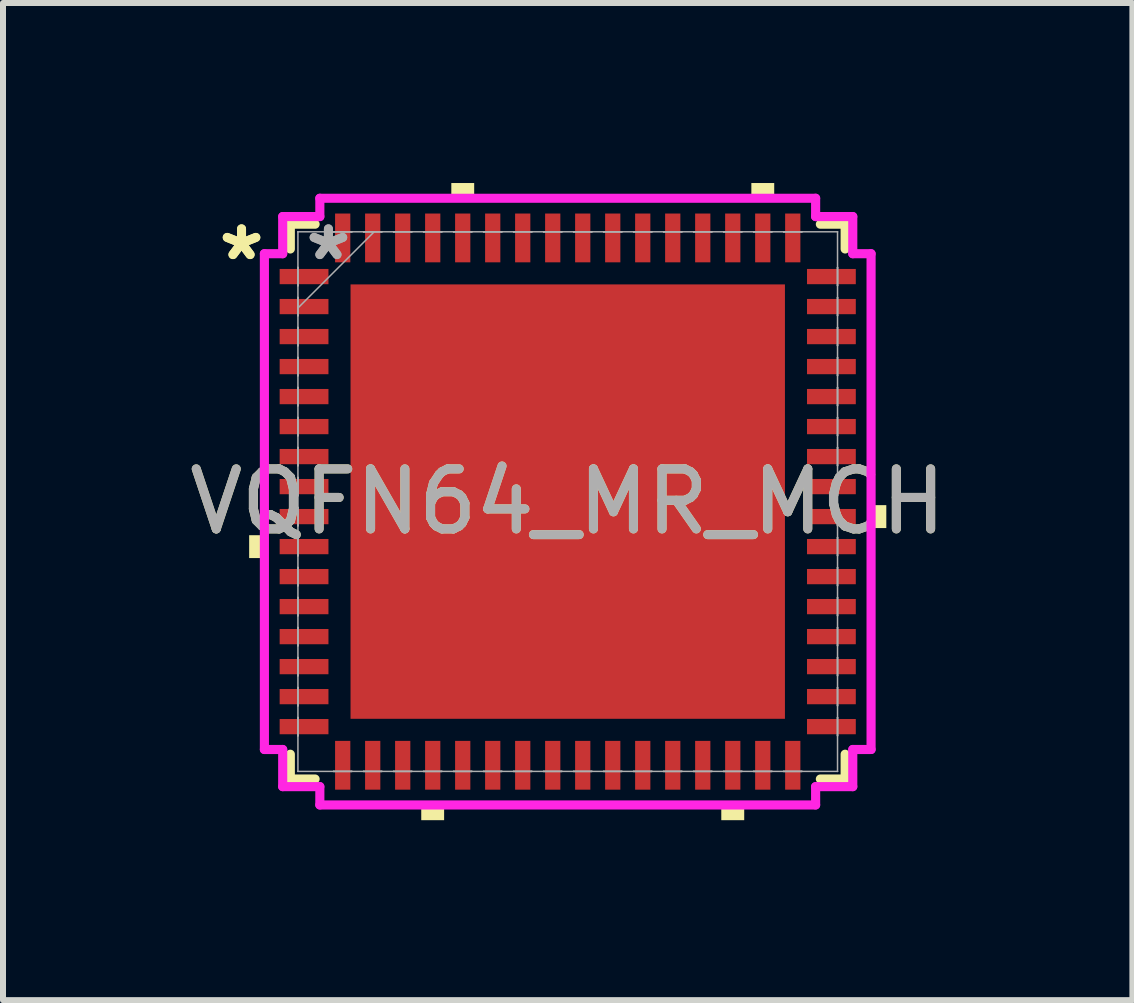
<source format=kicad_pcb>
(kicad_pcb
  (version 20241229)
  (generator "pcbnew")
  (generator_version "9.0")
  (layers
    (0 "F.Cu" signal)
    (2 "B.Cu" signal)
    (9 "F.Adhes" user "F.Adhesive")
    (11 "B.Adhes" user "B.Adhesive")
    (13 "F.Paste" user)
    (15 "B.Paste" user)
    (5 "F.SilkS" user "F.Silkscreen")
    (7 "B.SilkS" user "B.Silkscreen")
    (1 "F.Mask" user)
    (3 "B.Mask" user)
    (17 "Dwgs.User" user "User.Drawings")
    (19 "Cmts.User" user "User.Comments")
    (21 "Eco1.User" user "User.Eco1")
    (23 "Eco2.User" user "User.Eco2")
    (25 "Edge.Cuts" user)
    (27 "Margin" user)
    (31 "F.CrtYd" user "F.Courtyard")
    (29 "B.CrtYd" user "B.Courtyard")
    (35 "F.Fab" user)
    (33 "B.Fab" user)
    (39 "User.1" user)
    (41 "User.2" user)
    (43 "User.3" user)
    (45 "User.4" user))
  (footprint "VQFN64_MR_MCH"
    (layer "F.Cu")
    (at 6.411 5.309)
    (property "Reference" "VQFN64_MR_MCH" (at 0 0 0) (unlocked yes) (layer "F.SilkS") (effects (font (size 1 1) (thickness 0.15))))
    (attr smd)
    (fp_line (start -4.623 -4.623) (end -4.623 -4.21) (stroke (width 0.152) (type solid)) (layer "F.SilkS"))
    (fp_line (start -4.623 4.21) (end -4.623 4.623) (stroke (width 0.152) (type solid)) (layer "F.SilkS"))
    (fp_line (start -4.623 4.623) (end -4.21 4.623) (stroke (width 0.152) (type solid)) (layer "F.SilkS"))
    (fp_line (start -4.21 -4.623) (end -4.623 -4.623) (stroke (width 0.152) (type solid)) (layer "F.SilkS"))
    (fp_line (start 4.21 4.623) (end 4.623 4.623) (stroke (width 0.152) (type solid)) (layer "F.SilkS"))
    (fp_line (start 4.623 -4.623) (end 4.21 -4.623) (stroke (width 0.152) (type solid)) (layer "F.SilkS"))
    (fp_line (start 4.623 -4.21) (end 4.623 -4.623) (stroke (width 0.152) (type solid)) (layer "F.SilkS"))
    (fp_line (start 4.623 4.623) (end 4.623 4.21) (stroke (width 0.152) (type solid)) (layer "F.SilkS"))
    (fp_poly (pts (xy -5.309 0.56) (xy -5.309 0.941) (xy -5.055 0.941) (xy -5.055 0.56)) (stroke (width 0) (type solid)) (fill yes) (layer "F.SilkS"))
    (fp_poly (pts (xy -2.441 5.055) (xy -2.441 5.309) (xy -2.06 5.309) (xy -2.06 5.055)) (stroke (width 0) (type solid)) (fill yes) (layer "F.SilkS"))
    (fp_poly (pts (xy -1.94 -5.055) (xy -1.94 -5.309) (xy -1.559 -5.309) (xy -1.559 -5.055)) (stroke (width 0) (type solid)) (fill yes) (layer "F.SilkS"))
    (fp_poly (pts (xy 2.559 5.055) (xy 2.559 5.309) (xy 2.941 5.309) (xy 2.941 5.055)) (stroke (width 0) (type solid)) (fill yes) (layer "F.SilkS"))
    (fp_poly (pts (xy 3.06 -5.055) (xy 3.06 -5.309) (xy 3.441 -5.309) (xy 3.441 -5.055)) (stroke (width 0) (type solid)) (fill yes) (layer "F.SilkS"))
    (fp_poly (pts (xy 5.309 0.059) (xy 5.309 0.441) (xy 5.055 0.441) (xy 5.055 0.059)) (stroke (width 0) (type solid)) (fill yes) (layer "F.SilkS"))
    (fp_poly (pts (xy -3.519 -3.519) (xy -3.519 -2.272) (xy -2.272 -2.272) (xy -2.272 -3.519)) (stroke (width 0) (type solid)) (fill yes) (layer "F.Paste"))
    (fp_poly (pts (xy -3.519 -2.072) (xy -3.519 -0.824) (xy -2.272 -0.824) (xy -2.272 -2.072)) (stroke (width 0) (type solid)) (fill yes) (layer "F.Paste"))
    (fp_poly (pts (xy -3.519 -0.624) (xy -3.519 0.624) (xy -2.272 0.624) (xy -2.272 -0.624)) (stroke (width 0) (type solid)) (fill yes) (layer "F.Paste"))
    (fp_poly (pts (xy -3.519 0.824) (xy -3.519 2.072) (xy -2.272 2.072) (xy -2.272 0.824)) (stroke (width 0) (type solid)) (fill yes) (layer "F.Paste"))
    (fp_poly (pts (xy -3.519 2.272) (xy -3.519 3.519) (xy -2.272 3.519) (xy -2.272 2.272)) (stroke (width 0) (type solid)) (fill yes) (layer "F.Paste"))
    (fp_poly (pts (xy -2.072 -3.519) (xy -2.072 -2.272) (xy -0.824 -2.272) (xy -0.824 -3.519)) (stroke (width 0) (type solid)) (fill yes) (layer "F.Paste"))
    (fp_poly (pts (xy -2.072 -2.072) (xy -2.072 -0.824) (xy -0.824 -0.824) (xy -0.824 -2.072)) (stroke (width 0) (type solid)) (fill yes) (layer "F.Paste"))
    (fp_poly (pts (xy -2.072 -0.624) (xy -2.072 0.624) (xy -0.824 0.624) (xy -0.824 -0.624)) (stroke (width 0) (type solid)) (fill yes) (layer "F.Paste"))
    (fp_poly (pts (xy -2.072 0.824) (xy -2.072 2.072) (xy -0.824 2.072) (xy -0.824 0.824)) (stroke (width 0) (type solid)) (fill yes) (layer "F.Paste"))
    (fp_poly (pts (xy -2.072 2.272) (xy -2.072 3.519) (xy -0.824 3.519) (xy -0.824 2.272)) (stroke (width 0) (type solid)) (fill yes) (layer "F.Paste"))
    (fp_poly (pts (xy -0.624 -3.519) (xy -0.624 -2.272) (xy 0.624 -2.272) (xy 0.624 -3.519)) (stroke (width 0) (type solid)) (fill yes) (layer "F.Paste"))
    (fp_poly (pts (xy -0.624 -2.072) (xy -0.624 -0.824) (xy 0.624 -0.824) (xy 0.624 -2.072)) (stroke (width 0) (type solid)) (fill yes) (layer "F.Paste"))
    (fp_poly (pts (xy -0.624 -0.624) (xy -0.624 0.624) (xy 0.624 0.624) (xy 0.624 -0.624)) (stroke (width 0) (type solid)) (fill yes) (layer "F.Paste"))
    (fp_poly (pts (xy -0.624 0.824) (xy -0.624 2.072) (xy 0.624 2.072) (xy 0.624 0.824)) (stroke (width 0) (type solid)) (fill yes) (layer "F.Paste"))
    (fp_poly (pts (xy -0.624 2.272) (xy -0.624 3.519) (xy 0.624 3.519) (xy 0.624 2.272)) (stroke (width 0) (type solid)) (fill yes) (layer "F.Paste"))
    (fp_poly (pts (xy 0.824 -3.519) (xy 0.824 -2.272) (xy 2.072 -2.272) (xy 2.072 -3.519)) (stroke (width 0) (type solid)) (fill yes) (layer "F.Paste"))
    (fp_poly (pts (xy 0.824 -2.072) (xy 0.824 -0.824) (xy 2.072 -0.824) (xy 2.072 -2.072)) (stroke (width 0) (type solid)) (fill yes) (layer "F.Paste"))
    (fp_poly (pts (xy 0.824 -0.624) (xy 0.824 0.624) (xy 2.072 0.624) (xy 2.072 -0.624)) (stroke (width 0) (type solid)) (fill yes) (layer "F.Paste"))
    (fp_poly (pts (xy 0.824 0.824) (xy 0.824 2.072) (xy 2.072 2.072) (xy 2.072 0.824)) (stroke (width 0) (type solid)) (fill yes) (layer "F.Paste"))
    (fp_poly (pts (xy 0.824 2.272) (xy 0.824 3.519) (xy 2.072 3.519) (xy 2.072 2.272)) (stroke (width 0) (type solid)) (fill yes) (layer "F.Paste"))
    (fp_poly (pts (xy 2.272 -3.519) (xy 2.272 -2.272) (xy 3.519 -2.272) (xy 3.519 -3.519)) (stroke (width 0) (type solid)) (fill yes) (layer "F.Paste"))
    (fp_poly (pts (xy 2.272 -2.072) (xy 2.272 -0.824) (xy 3.519 -0.824) (xy 3.519 -2.072)) (stroke (width 0) (type solid)) (fill yes) (layer "F.Paste"))
    (fp_poly (pts (xy 2.272 -0.624) (xy 2.272 0.624) (xy 3.519 0.624) (xy 3.519 -0.624)) (stroke (width 0) (type solid)) (fill yes) (layer "F.Paste"))
    (fp_poly (pts (xy 2.272 0.824) (xy 2.272 2.072) (xy 3.519 2.072) (xy 3.519 0.824)) (stroke (width 0) (type solid)) (fill yes) (layer "F.Paste"))
    (fp_poly (pts (xy 2.272 2.272) (xy 2.272 3.519) (xy 3.519 3.519) (xy 3.519 2.272)) (stroke (width 0) (type solid)) (fill yes) (layer "F.Paste"))
    (fp_line (start -5.055 -4.131) (end -4.75 -4.131) (stroke (width 0.152) (type solid)) (layer "F.CrtYd"))
    (fp_line (start -5.055 4.131) (end -5.055 -4.131) (stroke (width 0.152) (type solid)) (layer "F.CrtYd"))
    (fp_line (start -4.75 -4.75) (end -4.131 -4.75) (stroke (width 0.152) (type solid)) (layer "F.CrtYd"))
    (fp_line (start -4.75 -4.131) (end -4.75 -4.75) (stroke (width 0.152) (type solid)) (layer "F.CrtYd"))
    (fp_line (start -4.75 4.131) (end -5.055 4.131) (stroke (width 0.152) (type solid)) (layer "F.CrtYd"))
    (fp_line (start -4.75 4.75) (end -4.75 4.131) (stroke (width 0.152) (type solid)) (layer "F.CrtYd"))
    (fp_line (start -4.131 -5.055) (end 4.131 -5.055) (stroke (width 0.152) (type solid)) (layer "F.CrtYd"))
    (fp_line (start -4.131 -4.75) (end -4.131 -5.055) (stroke (width 0.152) (type solid)) (layer "F.CrtYd"))
    (fp_line (start -4.131 4.75) (end -4.75 4.75) (stroke (width 0.152) (type solid)) (layer "F.CrtYd"))
    (fp_line (start -4.131 5.055) (end -4.131 4.75) (stroke (width 0.152) (type solid)) (layer "F.CrtYd"))
    (fp_line (start 4.131 -5.055) (end 4.131 -4.75) (stroke (width 0.152) (type solid)) (layer "F.CrtYd"))
    (fp_line (start 4.131 -4.75) (end 4.75 -4.75) (stroke (width 0.152) (type solid)) (layer "F.CrtYd"))
    (fp_line (start 4.131 4.75) (end 4.131 5.055) (stroke (width 0.152) (type solid)) (layer "F.CrtYd"))
    (fp_line (start 4.131 5.055) (end -4.131 5.055) (stroke (width 0.152) (type solid)) (layer "F.CrtYd"))
    (fp_line (start 4.75 -4.75) (end 4.75 -4.131) (stroke (width 0.152) (type solid)) (layer "F.CrtYd"))
    (fp_line (start 4.75 -4.131) (end 5.055 -4.131) (stroke (width 0.152) (type solid)) (layer "F.CrtYd"))
    (fp_line (start 4.75 4.131) (end 4.75 4.75) (stroke (width 0.152) (type solid)) (layer "F.CrtYd"))
    (fp_line (start 4.75 4.75) (end 4.131 4.75) (stroke (width 0.152) (type solid)) (layer "F.CrtYd"))
    (fp_line (start 5.055 -4.131) (end 5.055 4.131) (stroke (width 0.152) (type solid)) (layer "F.CrtYd"))
    (fp_line (start 5.055 4.131) (end 4.75 4.131) (stroke (width 0.152) (type solid)) (layer "F.CrtYd"))
    (fp_line (start -4.496 -4.496) (end -4.496 -4.496) (stroke (width 0.025) (type solid)) (layer "F.Fab"))
    (fp_line (start -4.496 -4.496) (end -4.496 4.496) (stroke (width 0.025) (type solid)) (layer "F.Fab"))
    (fp_line (start -4.496 -3.902) (end -4.496 -3.902) (stroke (width 0.025) (type solid)) (layer "F.Fab"))
    (fp_line (start -4.496 -3.902) (end -4.496 -3.598) (stroke (width 0.025) (type solid)) (layer "F.Fab"))
    (fp_line (start -4.496 -3.598) (end -4.496 -3.902) (stroke (width 0.025) (type solid)) (layer "F.Fab"))
    (fp_line (start -4.496 -3.598) (end -4.496 -3.598) (stroke (width 0.025) (type solid)) (layer "F.Fab"))
    (fp_line (start -4.496 -3.402) (end -4.496 -3.402) (stroke (width 0.025) (type solid)) (layer "F.Fab"))
    (fp_line (start -4.496 -3.402) (end -4.496 -3.098) (stroke (width 0.025) (type solid)) (layer "F.Fab"))
    (fp_line (start -4.496 -3.226) (end -3.226 -4.496) (stroke (width 0.025) (type solid)) (layer "F.Fab"))
    (fp_line (start -4.496 -3.098) (end -4.496 -3.402) (stroke (width 0.025) (type solid)) (layer "F.Fab"))
    (fp_line (start -4.496 -3.098) (end -4.496 -3.098) (stroke (width 0.025) (type solid)) (layer "F.Fab"))
    (fp_line (start -4.496 -2.902) (end -4.496 -2.902) (stroke (width 0.025) (type solid)) (layer "F.Fab"))
    (fp_line (start -4.496 -2.902) (end -4.496 -2.598) (stroke (width 0.025) (type solid)) (layer "F.Fab"))
    (fp_line (start -4.496 -2.598) (end -4.496 -2.902) (stroke (width 0.025) (type solid)) (layer "F.Fab"))
    (fp_line (start -4.496 -2.598) (end -4.496 -2.598) (stroke (width 0.025) (type solid)) (layer "F.Fab"))
    (fp_line (start -4.496 -2.402) (end -4.496 -2.402) (stroke (width 0.025) (type solid)) (layer "F.Fab"))
    (fp_line (start -4.496 -2.402) (end -4.496 -2.098) (stroke (width 0.025) (type solid)) (layer "F.Fab"))
    (fp_line (start -4.496 -2.098) (end -4.496 -2.402) (stroke (width 0.025) (type solid)) (layer "F.Fab"))
    (fp_line (start -4.496 -2.098) (end -4.496 -2.098) (stroke (width 0.025) (type solid)) (layer "F.Fab"))
    (fp_line (start -4.496 -1.902) (end -4.496 -1.902) (stroke (width 0.025) (type solid)) (layer "F.Fab"))
    (fp_line (start -4.496 -1.902) (end -4.496 -1.598) (stroke (width 0.025) (type solid)) (layer "F.Fab"))
    (fp_line (start -4.496 -1.598) (end -4.496 -1.902) (stroke (width 0.025) (type solid)) (layer "F.Fab"))
    (fp_line (start -4.496 -1.598) (end -4.496 -1.598) (stroke (width 0.025) (type solid)) (layer "F.Fab"))
    (fp_line (start -4.496 -1.402) (end -4.496 -1.402) (stroke (width 0.025) (type solid)) (layer "F.Fab"))
    (fp_line (start -4.496 -1.402) (end -4.496 -1.098) (stroke (width 0.025) (type solid)) (layer "F.Fab"))
    (fp_line (start -4.496 -1.098) (end -4.496 -1.402) (stroke (width 0.025) (type solid)) (layer "F.Fab"))
    (fp_line (start -4.496 -1.098) (end -4.496 -1.098) (stroke (width 0.025) (type solid)) (layer "F.Fab"))
    (fp_line (start -4.496 -0.902) (end -4.496 -0.902) (stroke (width 0.025) (type solid)) (layer "F.Fab"))
    (fp_line (start -4.496 -0.902) (end -4.496 -0.598) (stroke (width 0.025) (type solid)) (layer "F.Fab"))
    (fp_line (start -4.496 -0.598) (end -4.496 -0.902) (stroke (width 0.025) (type solid)) (layer "F.Fab"))
    (fp_line (start -4.496 -0.598) (end -4.496 -0.598) (stroke (width 0.025) (type solid)) (layer "F.Fab"))
    (fp_line (start -4.496 -0.402) (end -4.496 -0.402) (stroke (width 0.025) (type solid)) (layer "F.Fab"))
    (fp_line (start -4.496 -0.402) (end -4.496 -0.098) (stroke (width 0.025) (type solid)) (layer "F.Fab"))
    (fp_line (start -4.496 -0.098) (end -4.496 -0.402) (stroke (width 0.025) (type solid)) (layer "F.Fab"))
    (fp_line (start -4.496 -0.098) (end -4.496 -0.098) (stroke (width 0.025) (type solid)) (layer "F.Fab"))
    (fp_line (start -4.496 0.098) (end -4.496 0.098) (stroke (width 0.025) (type solid)) (layer "F.Fab"))
    (fp_line (start -4.496 0.098) (end -4.496 0.402) (stroke (width 0.025) (type solid)) (layer "F.Fab"))
    (fp_line (start -4.496 0.402) (end -4.496 0.098) (stroke (width 0.025) (type solid)) (layer "F.Fab"))
    (fp_line (start -4.496 0.402) (end -4.496 0.402) (stroke (width 0.025) (type solid)) (layer "F.Fab"))
    (fp_line (start -4.496 0.598) (end -4.496 0.598) (stroke (width 0.025) (type solid)) (layer "F.Fab"))
    (fp_line (start -4.496 0.598) (end -4.496 0.902) (stroke (width 0.025) (type solid)) (layer "F.Fab"))
    (fp_line (start -4.496 0.902) (end -4.496 0.598) (stroke (width 0.025) (type solid)) (layer "F.Fab"))
    (fp_line (start -4.496 0.902) (end -4.496 0.902) (stroke (width 0.025) (type solid)) (layer "F.Fab"))
    (fp_line (start -4.496 1.098) (end -4.496 1.098) (stroke (width 0.025) (type solid)) (layer "F.Fab"))
    (fp_line (start -4.496 1.098) (end -4.496 1.402) (stroke (width 0.025) (type solid)) (layer "F.Fab"))
    (fp_line (start -4.496 1.402) (end -4.496 1.098) (stroke (width 0.025) (type solid)) (layer "F.Fab"))
    (fp_line (start -4.496 1.402) (end -4.496 1.402) (stroke (width 0.025) (type solid)) (layer "F.Fab"))
    (fp_line (start -4.496 1.598) (end -4.496 1.598) (stroke (width 0.025) (type solid)) (layer "F.Fab"))
    (fp_line (start -4.496 1.598) (end -4.496 1.902) (stroke (width 0.025) (type solid)) (layer "F.Fab"))
    (fp_line (start -4.496 1.902) (end -4.496 1.598) (stroke (width 0.025) (type solid)) (layer "F.Fab"))
    (fp_line (start -4.496 1.902) (end -4.496 1.902) (stroke (width 0.025) (type solid)) (layer "F.Fab"))
    (fp_line (start -4.496 2.098) (end -4.496 2.098) (stroke (width 0.025) (type solid)) (layer "F.Fab"))
    (fp_line (start -4.496 2.098) (end -4.496 2.402) (stroke (width 0.025) (type solid)) (layer "F.Fab"))
    (fp_line (start -4.496 2.402) (end -4.496 2.098) (stroke (width 0.025) (type solid)) (layer "F.Fab"))
    (fp_line (start -4.496 2.402) (end -4.496 2.402) (stroke (width 0.025) (type solid)) (layer "F.Fab"))
    (fp_line (start -4.496 2.598) (end -4.496 2.598) (stroke (width 0.025) (type solid)) (layer "F.Fab"))
    (fp_line (start -4.496 2.598) (end -4.496 2.902) (stroke (width 0.025) (type solid)) (layer "F.Fab"))
    (fp_line (start -4.496 2.902) (end -4.496 2.598) (stroke (width 0.025) (type solid)) (layer "F.Fab"))
    (fp_line (start -4.496 2.902) (end -4.496 2.902) (stroke (width 0.025) (type solid)) (layer "F.Fab"))
    (fp_line (start -4.496 3.098) (end -4.496 3.098) (stroke (width 0.025) (type solid)) (layer "F.Fab"))
    (fp_line (start -4.496 3.098) (end -4.496 3.402) (stroke (width 0.025) (type solid)) (layer "F.Fab"))
    (fp_line (start -4.496 3.402) (end -4.496 3.098) (stroke (width 0.025) (type solid)) (layer "F.Fab"))
    (fp_line (start -4.496 3.402) (end -4.496 3.402) (stroke (width 0.025) (type solid)) (layer "F.Fab"))
    (fp_line (start -4.496 3.598) (end -4.496 3.598) (stroke (width 0.025) (type solid)) (layer "F.Fab"))
    (fp_line (start -4.496 3.598) (end -4.496 3.902) (stroke (width 0.025) (type solid)) (layer "F.Fab"))
    (fp_line (start -4.496 3.902) (end -4.496 3.598) (stroke (width 0.025) (type solid)) (layer "F.Fab"))
    (fp_line (start -4.496 3.902) (end -4.496 3.902) (stroke (width 0.025) (type solid)) (layer "F.Fab"))
    (fp_line (start -4.496 4.496) (end -4.496 4.496) (stroke (width 0.025) (type solid)) (layer "F.Fab"))
    (fp_line (start -4.496 4.496) (end 4.496 4.496) (stroke (width 0.025) (type solid)) (layer "F.Fab"))
    (fp_line (start -3.902 -4.496) (end -3.902 -4.496) (stroke (width 0.025) (type solid)) (layer "F.Fab"))
    (fp_line (start -3.902 -4.496) (end -3.598 -4.496) (stroke (width 0.025) (type solid)) (layer "F.Fab"))
    (fp_line (start -3.902 4.496) (end -3.902 4.496) (stroke (width 0.025) (type solid)) (layer "F.Fab"))
    (fp_line (start -3.902 4.496) (end -3.598 4.496) (stroke (width 0.025) (type solid)) (layer "F.Fab"))
    (fp_line (start -3.598 -4.496) (end -3.902 -4.496) (stroke (width 0.025) (type solid)) (layer "F.Fab"))
    (fp_line (start -3.598 -4.496) (end -3.598 -4.496) (stroke (width 0.025) (type solid)) (layer "F.Fab"))
    (fp_line (start -3.598 4.496) (end -3.902 4.496) (stroke (width 0.025) (type solid)) (layer "F.Fab"))
    (fp_line (start -3.598 4.496) (end -3.598 4.496) (stroke (width 0.025) (type solid)) (layer "F.Fab"))
    (fp_line (start -3.402 -4.496) (end -3.402 -4.496) (stroke (width 0.025) (type solid)) (layer "F.Fab"))
    (fp_line (start -3.402 -4.496) (end -3.098 -4.496) (stroke (width 0.025) (type solid)) (layer "F.Fab"))
    (fp_line (start -3.402 4.496) (end -3.402 4.496) (stroke (width 0.025) (type solid)) (layer "F.Fab"))
    (fp_line (start -3.402 4.496) (end -3.098 4.496) (stroke (width 0.025) (type solid)) (layer "F.Fab"))
    (fp_line (start -3.098 -4.496) (end -3.402 -4.496) (stroke (width 0.025) (type solid)) (layer "F.Fab"))
    (fp_line (start -3.098 -4.496) (end -3.098 -4.496) (stroke (width 0.025) (type solid)) (layer "F.Fab"))
    (fp_line (start -3.098 4.496) (end -3.402 4.496) (stroke (width 0.025) (type solid)) (layer "F.Fab"))
    (fp_line (start -3.098 4.496) (end -3.098 4.496) (stroke (width 0.025) (type solid)) (layer "F.Fab"))
    (fp_line (start -2.902 -4.496) (end -2.902 -4.496) (stroke (width 0.025) (type solid)) (layer "F.Fab"))
    (fp_line (start -2.902 -4.496) (end -2.598 -4.496) (stroke (width 0.025) (type solid)) (layer "F.Fab"))
    (fp_line (start -2.902 4.496) (end -2.902 4.496) (stroke (width 0.025) (type solid)) (layer "F.Fab"))
    (fp_line (start -2.902 4.496) (end -2.598 4.496) (stroke (width 0.025) (type solid)) (layer "F.Fab"))
    (fp_line (start -2.598 -4.496) (end -2.902 -4.496) (stroke (width 0.025) (type solid)) (layer "F.Fab"))
    (fp_line (start -2.598 -4.496) (end -2.598 -4.496) (stroke (width 0.025) (type solid)) (layer "F.Fab"))
    (fp_line (start -2.598 4.496) (end -2.902 4.496) (stroke (width 0.025) (type solid)) (layer "F.Fab"))
    (fp_line (start -2.598 4.496) (end -2.598 4.496) (stroke (width 0.025) (type solid)) (layer "F.Fab"))
    (fp_line (start -2.402 -4.496) (end -2.402 -4.496) (stroke (width 0.025) (type solid)) (layer "F.Fab"))
    (fp_line (start -2.402 -4.496) (end -2.098 -4.496) (stroke (width 0.025) (type solid)) (layer "F.Fab"))
    (fp_line (start -2.402 4.496) (end -2.402 4.496) (stroke (width 0.025) (type solid)) (layer "F.Fab"))
    (fp_line (start -2.402 4.496) (end -2.098 4.496) (stroke (width 0.025) (type solid)) (layer "F.Fab"))
    (fp_line (start -2.098 -4.496) (end -2.402 -4.496) (stroke (width 0.025) (type solid)) (layer "F.Fab"))
    (fp_line (start -2.098 -4.496) (end -2.098 -4.496) (stroke (width 0.025) (type solid)) (layer "F.Fab"))
    (fp_line (start -2.098 4.496) (end -2.402 4.496) (stroke (width 0.025) (type solid)) (layer "F.Fab"))
    (fp_line (start -2.098 4.496) (end -2.098 4.496) (stroke (width 0.025) (type solid)) (layer "F.Fab"))
    (fp_line (start -1.902 -4.496) (end -1.902 -4.496) (stroke (width 0.025) (type solid)) (layer "F.Fab"))
    (fp_line (start -1.902 -4.496) (end -1.598 -4.496) (stroke (width 0.025) (type solid)) (layer "F.Fab"))
    (fp_line (start -1.902 4.496) (end -1.902 4.496) (stroke (width 0.025) (type solid)) (layer "F.Fab"))
    (fp_line (start -1.902 4.496) (end -1.598 4.496) (stroke (width 0.025) (type solid)) (layer "F.Fab"))
    (fp_line (start -1.598 -4.496) (end -1.902 -4.496) (stroke (width 0.025) (type solid)) (layer "F.Fab"))
    (fp_line (start -1.598 -4.496) (end -1.598 -4.496) (stroke (width 0.025) (type solid)) (layer "F.Fab"))
    (fp_line (start -1.598 4.496) (end -1.902 4.496) (stroke (width 0.025) (type solid)) (layer "F.Fab"))
    (fp_line (start -1.598 4.496) (end -1.598 4.496) (stroke (width 0.025) (type solid)) (layer "F.Fab"))
    (fp_line (start -1.402 -4.496) (end -1.402 -4.496) (stroke (width 0.025) (type solid)) (layer "F.Fab"))
    (fp_line (start -1.402 -4.496) (end -1.098 -4.496) (stroke (width 0.025) (type solid)) (layer "F.Fab"))
    (fp_line (start -1.402 4.496) (end -1.402 4.496) (stroke (width 0.025) (type solid)) (layer "F.Fab"))
    (fp_line (start -1.402 4.496) (end -1.098 4.496) (stroke (width 0.025) (type solid)) (layer "F.Fab"))
    (fp_line (start -1.098 -4.496) (end -1.402 -4.496) (stroke (width 0.025) (type solid)) (layer "F.Fab"))
    (fp_line (start -1.098 -4.496) (end -1.098 -4.496) (stroke (width 0.025) (type solid)) (layer "F.Fab"))
    (fp_line (start -1.098 4.496) (end -1.402 4.496) (stroke (width 0.025) (type solid)) (layer "F.Fab"))
    (fp_line (start -1.098 4.496) (end -1.098 4.496) (stroke (width 0.025) (type solid)) (layer "F.Fab"))
    (fp_line (start -0.902 -4.496) (end -0.902 -4.496) (stroke (width 0.025) (type solid)) (layer "F.Fab"))
    (fp_line (start -0.902 -4.496) (end -0.598 -4.496) (stroke (width 0.025) (type solid)) (layer "F.Fab"))
    (fp_line (start -0.902 4.496) (end -0.902 4.496) (stroke (width 0.025) (type solid)) (layer "F.Fab"))
    (fp_line (start -0.902 4.496) (end -0.598 4.496) (stroke (width 0.025) (type solid)) (layer "F.Fab"))
    (fp_line (start -0.598 -4.496) (end -0.902 -4.496) (stroke (width 0.025) (type solid)) (layer "F.Fab"))
    (fp_line (start -0.598 -4.496) (end -0.598 -4.496) (stroke (width 0.025) (type solid)) (layer "F.Fab"))
    (fp_line (start -0.598 4.496) (end -0.902 4.496) (stroke (width 0.025) (type solid)) (layer "F.Fab"))
    (fp_line (start -0.598 4.496) (end -0.598 4.496) (stroke (width 0.025) (type solid)) (layer "F.Fab"))
    (fp_line (start -0.402 -4.496) (end -0.402 -4.496) (stroke (width 0.025) (type solid)) (layer "F.Fab"))
    (fp_line (start -0.402 -4.496) (end -0.098 -4.496) (stroke (width 0.025) (type solid)) (layer "F.Fab"))
    (fp_line (start -0.402 4.496) (end -0.402 4.496) (stroke (width 0.025) (type solid)) (layer "F.Fab"))
    (fp_line (start -0.402 4.496) (end -0.098 4.496) (stroke (width 0.025) (type solid)) (layer "F.Fab"))
    (fp_line (start -0.098 -4.496) (end -0.402 -4.496) (stroke (width 0.025) (type solid)) (layer "F.Fab"))
    (fp_line (start -0.098 -4.496) (end -0.098 -4.496) (stroke (width 0.025) (type solid)) (layer "F.Fab"))
    (fp_line (start -0.098 4.496) (end -0.402 4.496) (stroke (width 0.025) (type solid)) (layer "F.Fab"))
    (fp_line (start -0.098 4.496) (end -0.098 4.496) (stroke (width 0.025) (type solid)) (layer "F.Fab"))
    (fp_line (start 0.098 -4.496) (end 0.098 -4.496) (stroke (width 0.025) (type solid)) (layer "F.Fab"))
    (fp_line (start 0.098 -4.496) (end 0.402 -4.496) (stroke (width 0.025) (type solid)) (layer "F.Fab"))
    (fp_line (start 0.098 4.496) (end 0.098 4.496) (stroke (width 0.025) (type solid)) (layer "F.Fab"))
    (fp_line (start 0.098 4.496) (end 0.402 4.496) (stroke (width 0.025) (type solid)) (layer "F.Fab"))
    (fp_line (start 0.402 -4.496) (end 0.098 -4.496) (stroke (width 0.025) (type solid)) (layer "F.Fab"))
    (fp_line (start 0.402 -4.496) (end 0.402 -4.496) (stroke (width 0.025) (type solid)) (layer "F.Fab"))
    (fp_line (start 0.402 4.496) (end 0.098 4.496) (stroke (width 0.025) (type solid)) (layer "F.Fab"))
    (fp_line (start 0.402 4.496) (end 0.402 4.496) (stroke (width 0.025) (type solid)) (layer "F.Fab"))
    (fp_line (start 0.598 -4.496) (end 0.598 -4.496) (stroke (width 0.025) (type solid)) (layer "F.Fab"))
    (fp_line (start 0.598 -4.496) (end 0.902 -4.496) (stroke (width 0.025) (type solid)) (layer "F.Fab"))
    (fp_line (start 0.598 4.496) (end 0.598 4.496) (stroke (width 0.025) (type solid)) (layer "F.Fab"))
    (fp_line (start 0.598 4.496) (end 0.902 4.496) (stroke (width 0.025) (type solid)) (layer "F.Fab"))
    (fp_line (start 0.902 -4.496) (end 0.598 -4.496) (stroke (width 0.025) (type solid)) (layer "F.Fab"))
    (fp_line (start 0.902 -4.496) (end 0.902 -4.496) (stroke (width 0.025) (type solid)) (layer "F.Fab"))
    (fp_line (start 0.902 4.496) (end 0.598 4.496) (stroke (width 0.025) (type solid)) (layer "F.Fab"))
    (fp_line (start 0.902 4.496) (end 0.902 4.496) (stroke (width 0.025) (type solid)) (layer "F.Fab"))
    (fp_line (start 1.098 -4.496) (end 1.098 -4.496) (stroke (width 0.025) (type solid)) (layer "F.Fab"))
    (fp_line (start 1.098 -4.496) (end 1.402 -4.496) (stroke (width 0.025) (type solid)) (layer "F.Fab"))
    (fp_line (start 1.098 4.496) (end 1.098 4.496) (stroke (width 0.025) (type solid)) (layer "F.Fab"))
    (fp_line (start 1.098 4.496) (end 1.402 4.496) (stroke (width 0.025) (type solid)) (layer "F.Fab"))
    (fp_line (start 1.402 -4.496) (end 1.098 -4.496) (stroke (width 0.025) (type solid)) (layer "F.Fab"))
    (fp_line (start 1.402 -4.496) (end 1.402 -4.496) (stroke (width 0.025) (type solid)) (layer "F.Fab"))
    (fp_line (start 1.402 4.496) (end 1.098 4.496) (stroke (width 0.025) (type solid)) (layer "F.Fab"))
    (fp_line (start 1.402 4.496) (end 1.402 4.496) (stroke (width 0.025) (type solid)) (layer "F.Fab"))
    (fp_line (start 1.598 -4.496) (end 1.598 -4.496) (stroke (width 0.025) (type solid)) (layer "F.Fab"))
    (fp_line (start 1.598 -4.496) (end 1.902 -4.496) (stroke (width 0.025) (type solid)) (layer "F.Fab"))
    (fp_line (start 1.598 4.496) (end 1.598 4.496) (stroke (width 0.025) (type solid)) (layer "F.Fab"))
    (fp_line (start 1.598 4.496) (end 1.902 4.496) (stroke (width 0.025) (type solid)) (layer "F.Fab"))
    (fp_line (start 1.902 -4.496) (end 1.598 -4.496) (stroke (width 0.025) (type solid)) (layer "F.Fab"))
    (fp_line (start 1.902 -4.496) (end 1.902 -4.496) (stroke (width 0.025) (type solid)) (layer "F.Fab"))
    (fp_line (start 1.902 4.496) (end 1.598 4.496) (stroke (width 0.025) (type solid)) (layer "F.Fab"))
    (fp_line (start 1.902 4.496) (end 1.902 4.496) (stroke (width 0.025) (type solid)) (layer "F.Fab"))
    (fp_line (start 2.098 -4.496) (end 2.098 -4.496) (stroke (width 0.025) (type solid)) (layer "F.Fab"))
    (fp_line (start 2.098 -4.496) (end 2.402 -4.496) (stroke (width 0.025) (type solid)) (layer "F.Fab"))
    (fp_line (start 2.098 4.496) (end 2.098 4.496) (stroke (width 0.025) (type solid)) (layer "F.Fab"))
    (fp_line (start 2.098 4.496) (end 2.402 4.496) (stroke (width 0.025) (type solid)) (layer "F.Fab"))
    (fp_line (start 2.402 -4.496) (end 2.098 -4.496) (stroke (width 0.025) (type solid)) (layer "F.Fab"))
    (fp_line (start 2.402 -4.496) (end 2.402 -4.496) (stroke (width 0.025) (type solid)) (layer "F.Fab"))
    (fp_line (start 2.402 4.496) (end 2.098 4.496) (stroke (width 0.025) (type solid)) (layer "F.Fab"))
    (fp_line (start 2.402 4.496) (end 2.402 4.496) (stroke (width 0.025) (type solid)) (layer "F.Fab"))
    (fp_line (start 2.598 -4.496) (end 2.598 -4.496) (stroke (width 0.025) (type solid)) (layer "F.Fab"))
    (fp_line (start 2.598 -4.496) (end 2.902 -4.496) (stroke (width 0.025) (type solid)) (layer "F.Fab"))
    (fp_line (start 2.598 4.496) (end 2.598 4.496) (stroke (width 0.025) (type solid)) (layer "F.Fab"))
    (fp_line (start 2.598 4.496) (end 2.902 4.496) (stroke (width 0.025) (type solid)) (layer "F.Fab"))
    (fp_line (start 2.902 -4.496) (end 2.598 -4.496) (stroke (width 0.025) (type solid)) (layer "F.Fab"))
    (fp_line (start 2.902 -4.496) (end 2.902 -4.496) (stroke (width 0.025) (type solid)) (layer "F.Fab"))
    (fp_line (start 2.902 4.496) (end 2.598 4.496) (stroke (width 0.025) (type solid)) (layer "F.Fab"))
    (fp_line (start 2.902 4.496) (end 2.902 4.496) (stroke (width 0.025) (type solid)) (layer "F.Fab"))
    (fp_line (start 3.098 -4.496) (end 3.098 -4.496) (stroke (width 0.025) (type solid)) (layer "F.Fab"))
    (fp_line (start 3.098 -4.496) (end 3.402 -4.496) (stroke (width 0.025) (type solid)) (layer "F.Fab"))
    (fp_line (start 3.098 4.496) (end 3.098 4.496) (stroke (width 0.025) (type solid)) (layer "F.Fab"))
    (fp_line (start 3.098 4.496) (end 3.402 4.496) (stroke (width 0.025) (type solid)) (layer "F.Fab"))
    (fp_line (start 3.402 -4.496) (end 3.098 -4.496) (stroke (width 0.025) (type solid)) (layer "F.Fab"))
    (fp_line (start 3.402 -4.496) (end 3.402 -4.496) (stroke (width 0.025) (type solid)) (layer "F.Fab"))
    (fp_line (start 3.402 4.496) (end 3.098 4.496) (stroke (width 0.025) (type solid)) (layer "F.Fab"))
    (fp_line (start 3.402 4.496) (end 3.402 4.496) (stroke (width 0.025) (type solid)) (layer "F.Fab"))
    (fp_line (start 3.598 -4.496) (end 3.598 -4.496) (stroke (width 0.025) (type solid)) (layer "F.Fab"))
    (fp_line (start 3.598 -4.496) (end 3.902 -4.496) (stroke (width 0.025) (type solid)) (layer "F.Fab"))
    (fp_line (start 3.598 4.496) (end 3.598 4.496) (stroke (width 0.025) (type solid)) (layer "F.Fab"))
    (fp_line (start 3.598 4.496) (end 3.902 4.496) (stroke (width 0.025) (type solid)) (layer "F.Fab"))
    (fp_line (start 3.902 -4.496) (end 3.598 -4.496) (stroke (width 0.025) (type solid)) (layer "F.Fab"))
    (fp_line (start 3.902 -4.496) (end 3.902 -4.496) (stroke (width 0.025) (type solid)) (layer "F.Fab"))
    (fp_line (start 3.902 4.496) (end 3.598 4.496) (stroke (width 0.025) (type solid)) (layer "F.Fab"))
    (fp_line (start 3.902 4.496) (end 3.902 4.496) (stroke (width 0.025) (type solid)) (layer "F.Fab"))
    (fp_line (start 4.496 -4.496) (end -4.496 -4.496) (stroke (width 0.025) (type solid)) (layer "F.Fab"))
    (fp_line (start 4.496 -4.496) (end 4.496 -4.496) (stroke (width 0.025) (type solid)) (layer "F.Fab"))
    (fp_line (start 4.496 -3.902) (end 4.496 -3.902) (stroke (width 0.025) (type solid)) (layer "F.Fab"))
    (fp_line (start 4.496 -3.902) (end 4.496 -3.598) (stroke (width 0.025) (type solid)) (layer "F.Fab"))
    (fp_line (start 4.496 -3.598) (end 4.496 -3.902) (stroke (width 0.025) (type solid)) (layer "F.Fab"))
    (fp_line (start 4.496 -3.598) (end 4.496 -3.598) (stroke (width 0.025) (type solid)) (layer "F.Fab"))
    (fp_line (start 4.496 -3.402) (end 4.496 -3.402) (stroke (width 0.025) (type solid)) (layer "F.Fab"))
    (fp_line (start 4.496 -3.402) (end 4.496 -3.098) (stroke (width 0.025) (type solid)) (layer "F.Fab"))
    (fp_line (start 4.496 -3.098) (end 4.496 -3.402) (stroke (width 0.025) (type solid)) (layer "F.Fab"))
    (fp_line (start 4.496 -3.098) (end 4.496 -3.098) (stroke (width 0.025) (type solid)) (layer "F.Fab"))
    (fp_line (start 4.496 -2.902) (end 4.496 -2.902) (stroke (width 0.025) (type solid)) (layer "F.Fab"))
    (fp_line (start 4.496 -2.902) (end 4.496 -2.598) (stroke (width 0.025) (type solid)) (layer "F.Fab"))
    (fp_line (start 4.496 -2.598) (end 4.496 -2.902) (stroke (width 0.025) (type solid)) (layer "F.Fab"))
    (fp_line (start 4.496 -2.598) (end 4.496 -2.598) (stroke (width 0.025) (type solid)) (layer "F.Fab"))
    (fp_line (start 4.496 -2.402) (end 4.496 -2.402) (stroke (width 0.025) (type solid)) (layer "F.Fab"))
    (fp_line (start 4.496 -2.402) (end 4.496 -2.098) (stroke (width 0.025) (type solid)) (layer "F.Fab"))
    (fp_line (start 4.496 -2.098) (end 4.496 -2.402) (stroke (width 0.025) (type solid)) (layer "F.Fab"))
    (fp_line (start 4.496 -2.098) (end 4.496 -2.098) (stroke (width 0.025) (type solid)) (layer "F.Fab"))
    (fp_line (start 4.496 -1.902) (end 4.496 -1.902) (stroke (width 0.025) (type solid)) (layer "F.Fab"))
    (fp_line (start 4.496 -1.902) (end 4.496 -1.598) (stroke (width 0.025) (type solid)) (layer "F.Fab"))
    (fp_line (start 4.496 -1.598) (end 4.496 -1.902) (stroke (width 0.025) (type solid)) (layer "F.Fab"))
    (fp_line (start 4.496 -1.598) (end 4.496 -1.598) (stroke (width 0.025) (type solid)) (layer "F.Fab"))
    (fp_line (start 4.496 -1.402) (end 4.496 -1.402) (stroke (width 0.025) (type solid)) (layer "F.Fab"))
    (fp_line (start 4.496 -1.402) (end 4.496 -1.098) (stroke (width 0.025) (type solid)) (layer "F.Fab"))
    (fp_line (start 4.496 -1.098) (end 4.496 -1.402) (stroke (width 0.025) (type solid)) (layer "F.Fab"))
    (fp_line (start 4.496 -1.098) (end 4.496 -1.098) (stroke (width 0.025) (type solid)) (layer "F.Fab"))
    (fp_line (start 4.496 -0.902) (end 4.496 -0.902) (stroke (width 0.025) (type solid)) (layer "F.Fab"))
    (fp_line (start 4.496 -0.902) (end 4.496 -0.598) (stroke (width 0.025) (type solid)) (layer "F.Fab"))
    (fp_line (start 4.496 -0.598) (end 4.496 -0.902) (stroke (width 0.025) (type solid)) (layer "F.Fab"))
    (fp_line (start 4.496 -0.598) (end 4.496 -0.598) (stroke (width 0.025) (type solid)) (layer "F.Fab"))
    (fp_line (start 4.496 -0.402) (end 4.496 -0.402) (stroke (width 0.025) (type solid)) (layer "F.Fab"))
    (fp_line (start 4.496 -0.402) (end 4.496 -0.098) (stroke (width 0.025) (type solid)) (layer "F.Fab"))
    (fp_line (start 4.496 -0.098) (end 4.496 -0.402) (stroke (width 0.025) (type solid)) (layer "F.Fab"))
    (fp_line (start 4.496 -0.098) (end 4.496 -0.098) (stroke (width 0.025) (type solid)) (layer "F.Fab"))
    (fp_line (start 4.496 0.098) (end 4.496 0.098) (stroke (width 0.025) (type solid)) (layer "F.Fab"))
    (fp_line (start 4.496 0.098) (end 4.496 0.402) (stroke (width 0.025) (type solid)) (layer "F.Fab"))
    (fp_line (start 4.496 0.402) (end 4.496 0.098) (stroke (width 0.025) (type solid)) (layer "F.Fab"))
    (fp_line (start 4.496 0.402) (end 4.496 0.402) (stroke (width 0.025) (type solid)) (layer "F.Fab"))
    (fp_line (start 4.496 0.598) (end 4.496 0.598) (stroke (width 0.025) (type solid)) (layer "F.Fab"))
    (fp_line (start 4.496 0.598) (end 4.496 0.902) (stroke (width 0.025) (type solid)) (layer "F.Fab"))
    (fp_line (start 4.496 0.902) (end 4.496 0.598) (stroke (width 0.025) (type solid)) (layer "F.Fab"))
    (fp_line (start 4.496 0.902) (end 4.496 0.902) (stroke (width 0.025) (type solid)) (layer "F.Fab"))
    (fp_line (start 4.496 1.098) (end 4.496 1.098) (stroke (width 0.025) (type solid)) (layer "F.Fab"))
    (fp_line (start 4.496 1.098) (end 4.496 1.402) (stroke (width 0.025) (type solid)) (layer "F.Fab"))
    (fp_line (start 4.496 1.402) (end 4.496 1.098) (stroke (width 0.025) (type solid)) (layer "F.Fab"))
    (fp_line (start 4.496 1.402) (end 4.496 1.402) (stroke (width 0.025) (type solid)) (layer "F.Fab"))
    (fp_line (start 4.496 1.598) (end 4.496 1.598) (stroke (width 0.025) (type solid)) (layer "F.Fab"))
    (fp_line (start 4.496 1.598) (end 4.496 1.902) (stroke (width 0.025) (type solid)) (layer "F.Fab"))
    (fp_line (start 4.496 1.902) (end 4.496 1.598) (stroke (width 0.025) (type solid)) (layer "F.Fab"))
    (fp_line (start 4.496 1.902) (end 4.496 1.902) (stroke (width 0.025) (type solid)) (layer "F.Fab"))
    (fp_line (start 4.496 2.098) (end 4.496 2.098) (stroke (width 0.025) (type solid)) (layer "F.Fab"))
    (fp_line (start 4.496 2.098) (end 4.496 2.402) (stroke (width 0.025) (type solid)) (layer "F.Fab"))
    (fp_line (start 4.496 2.402) (end 4.496 2.098) (stroke (width 0.025) (type solid)) (layer "F.Fab"))
    (fp_line (start 4.496 2.402) (end 4.496 2.402) (stroke (width 0.025) (type solid)) (layer "F.Fab"))
    (fp_line (start 4.496 2.598) (end 4.496 2.598) (stroke (width 0.025) (type solid)) (layer "F.Fab"))
    (fp_line (start 4.496 2.598) (end 4.496 2.902) (stroke (width 0.025) (type solid)) (layer "F.Fab"))
    (fp_line (start 4.496 2.902) (end 4.496 2.598) (stroke (width 0.025) (type solid)) (layer "F.Fab"))
    (fp_line (start 4.496 2.902) (end 4.496 2.902) (stroke (width 0.025) (type solid)) (layer "F.Fab"))
    (fp_line (start 4.496 3.098) (end 4.496 3.098) (stroke (width 0.025) (type solid)) (layer "F.Fab"))
    (fp_line (start 4.496 3.098) (end 4.496 3.402) (stroke (width 0.025) (type solid)) (layer "F.Fab"))
    (fp_line (start 4.496 3.402) (end 4.496 3.098) (stroke (width 0.025) (type solid)) (layer "F.Fab"))
    (fp_line (start 4.496 3.402) (end 4.496 3.402) (stroke (width 0.025) (type solid)) (layer "F.Fab"))
    (fp_line (start 4.496 3.598) (end 4.496 3.598) (stroke (width 0.025) (type solid)) (layer "F.Fab"))
    (fp_line (start 4.496 3.598) (end 4.496 3.902) (stroke (width 0.025) (type solid)) (layer "F.Fab"))
    (fp_line (start 4.496 3.902) (end 4.496 3.598) (stroke (width 0.025) (type solid)) (layer "F.Fab"))
    (fp_line (start 4.496 3.902) (end 4.496 3.902) (stroke (width 0.025) (type solid)) (layer "F.Fab"))
    (fp_line (start 4.496 4.496) (end 4.496 -4.496) (stroke (width 0.025) (type solid)) (layer "F.Fab"))
    (fp_line (start 4.496 4.496) (end 4.496 4.496) (stroke (width 0.025) (type solid)) (layer "F.Fab"))
    (fp_text user "*" (at -5.436 -4 0) (unlocked yes) (layer "F.SilkS") (effects (font (size 1 1) (thickness 0.15))))
    (fp_text user "*" (at -5.436 -4 0) (layer "F.SilkS") (effects (font (size 1 1) (thickness 0.15))))
    (fp_text user "*" (at -3.988 -4 0) (layer "F.Fab") (effects (font (size 1 1) (thickness 0.15))))
    (fp_text user "${REFERENCE}" (at 0 0 0) (unlocked yes) (layer "F.Fab") (effects (font (size 1 1) (thickness 0.15))))
    (fp_text user "*" (at -3.988 -4 0) (unlocked yes) (layer "F.Fab") (effects (font (size 1 1) (thickness 0.15))))
    (pad "1" smd rect (at -4.394 -3.75 90) (size 0.254 0.813) (layers "F.Cu" "F.Mask" "F.Paste"))
    (pad "2" smd rect (at -4.394 -3.25 90) (size 0.254 0.813) (layers "F.Cu" "F.Mask" "F.Paste"))
    (pad "3" smd rect (at -4.394 -2.75 90) (size 0.254 0.813) (layers "F.Cu" "F.Mask" "F.Paste"))
    (pad "4" smd rect (at -4.394 -2.25 90) (size 0.254 0.813) (layers "F.Cu" "F.Mask" "F.Paste"))
    (pad "5" smd rect (at -4.394 -1.75 90) (size 0.254 0.813) (layers "F.Cu" "F.Mask" "F.Paste"))
    (pad "6" smd rect (at -4.394 -1.25 90) (size 0.254 0.813) (layers "F.Cu" "F.Mask" "F.Paste"))
    (pad "7" smd rect (at -4.394 -0.75 90) (size 0.254 0.813) (layers "F.Cu" "F.Mask" "F.Paste"))
    (pad "8" smd rect (at -4.394 -0.25 90) (size 0.254 0.813) (layers "F.Cu" "F.Mask" "F.Paste"))
    (pad "9" smd rect (at -4.394 0.25 90) (size 0.254 0.813) (layers "F.Cu" "F.Mask" "F.Paste"))
    (pad "10" smd rect (at -4.394 0.75 90) (size 0.254 0.813) (layers "F.Cu" "F.Mask" "F.Paste"))
    (pad "11" smd rect (at -4.394 1.25 90) (size 0.254 0.813) (layers "F.Cu" "F.Mask" "F.Paste"))
    (pad "12" smd rect (at -4.394 1.75 90) (size 0.254 0.813) (layers "F.Cu" "F.Mask" "F.Paste"))
    (pad "13" smd rect (at -4.394 2.25 90) (size 0.254 0.813) (layers "F.Cu" "F.Mask" "F.Paste"))
    (pad "14" smd rect (at -4.394 2.75 90) (size 0.254 0.813) (layers "F.Cu" "F.Mask" "F.Paste"))
    (pad "15" smd rect (at -4.394 3.25 90) (size 0.254 0.813) (layers "F.Cu" "F.Mask" "F.Paste"))
    (pad "16" smd rect (at -4.394 3.75 90) (size 0.254 0.813) (layers "F.Cu" "F.Mask" "F.Paste"))
    (pad "17" smd rect (at -3.75 4.394) (size 0.254 0.813) (layers "F.Cu" "F.Mask" "F.Paste"))
    (pad "18" smd rect (at -3.25 4.394) (size 0.254 0.813) (layers "F.Cu" "F.Mask" "F.Paste"))
    (pad "19" smd rect (at -2.75 4.394) (size 0.254 0.813) (layers "F.Cu" "F.Mask" "F.Paste"))
    (pad "20" smd rect (at -2.25 4.394) (size 0.254 0.813) (layers "F.Cu" "F.Mask" "F.Paste"))
    (pad "21" smd rect (at -1.75 4.394) (size 0.254 0.813) (layers "F.Cu" "F.Mask" "F.Paste"))
    (pad "22" smd rect (at -1.25 4.394) (size 0.254 0.813) (layers "F.Cu" "F.Mask" "F.Paste"))
    (pad "23" smd rect (at -0.75 4.394) (size 0.254 0.813) (layers "F.Cu" "F.Mask" "F.Paste"))
    (pad "24" smd rect (at -0.25 4.394) (size 0.254 0.813) (layers "F.Cu" "F.Mask" "F.Paste"))
    (pad "25" smd rect (at 0.25 4.394) (size 0.254 0.813) (layers "F.Cu" "F.Mask" "F.Paste"))
    (pad "26" smd rect (at 0.75 4.394) (size 0.254 0.813) (layers "F.Cu" "F.Mask" "F.Paste"))
    (pad "27" smd rect (at 1.25 4.394) (size 0.254 0.813) (layers "F.Cu" "F.Mask" "F.Paste"))
    (pad "28" smd rect (at 1.75 4.394) (size 0.254 0.813) (layers "F.Cu" "F.Mask" "F.Paste"))
    (pad "29" smd rect (at 2.25 4.394) (size 0.254 0.813) (layers "F.Cu" "F.Mask" "F.Paste"))
    (pad "30" smd rect (at 2.75 4.394) (size 0.254 0.813) (layers "F.Cu" "F.Mask" "F.Paste"))
    (pad "31" smd rect (at 3.25 4.394) (size 0.254 0.813) (layers "F.Cu" "F.Mask" "F.Paste"))
    (pad "32" smd rect (at 3.75 4.394) (size 0.254 0.813) (layers "F.Cu" "F.Mask" "F.Paste"))
    (pad "33" smd rect (at 4.394 3.75 90) (size 0.254 0.813) (layers "F.Cu" "F.Mask" "F.Paste"))
    (pad "34" smd rect (at 4.394 3.25 90) (size 0.254 0.813) (layers "F.Cu" "F.Mask" "F.Paste"))
    (pad "35" smd rect (at 4.394 2.75 90) (size 0.254 0.813) (layers "F.Cu" "F.Mask" "F.Paste"))
    (pad "36" smd rect (at 4.394 2.25 90) (size 0.254 0.813) (layers "F.Cu" "F.Mask" "F.Paste"))
    (pad "37" smd rect (at 4.394 1.75 90) (size 0.254 0.813) (layers "F.Cu" "F.Mask" "F.Paste"))
    (pad "38" smd rect (at 4.394 1.25 90) (size 0.254 0.813) (layers "F.Cu" "F.Mask" "F.Paste"))
    (pad "39" smd rect (at 4.394 0.75 90) (size 0.254 0.813) (layers "F.Cu" "F.Mask" "F.Paste"))
    (pad "40" smd rect (at 4.394 0.25 90) (size 0.254 0.813) (layers "F.Cu" "F.Mask" "F.Paste"))
    (pad "41" smd rect (at 4.394 -0.25 90) (size 0.254 0.813) (layers "F.Cu" "F.Mask" "F.Paste"))
    (pad "42" smd rect (at 4.394 -0.75 90) (size 0.254 0.813) (layers "F.Cu" "F.Mask" "F.Paste"))
    (pad "43" smd rect (at 4.394 -1.25 90) (size 0.254 0.813) (layers "F.Cu" "F.Mask" "F.Paste"))
    (pad "44" smd rect (at 4.394 -1.75 90) (size 0.254 0.813) (layers "F.Cu" "F.Mask" "F.Paste"))
    (pad "45" smd rect (at 4.394 -2.25 90) (size 0.254 0.813) (layers "F.Cu" "F.Mask" "F.Paste"))
    (pad "46" smd rect (at 4.394 -2.75 90) (size 0.254 0.813) (layers "F.Cu" "F.Mask" "F.Paste"))
    (pad "47" smd rect (at 4.394 -3.25 90) (size 0.254 0.813) (layers "F.Cu" "F.Mask" "F.Paste"))
    (pad "48" smd rect (at 4.394 -3.75 90) (size 0.254 0.813) (layers "F.Cu" "F.Mask" "F.Paste"))
    (pad "49" smd rect (at 3.75 -4.394) (size 0.254 0.813) (layers "F.Cu" "F.Mask" "F.Paste"))
    (pad "50" smd rect (at 3.25 -4.394) (size 0.254 0.813) (layers "F.Cu" "F.Mask" "F.Paste"))
    (pad "51" smd rect (at 2.75 -4.394) (size 0.254 0.813) (layers "F.Cu" "F.Mask" "F.Paste"))
    (pad "52" smd rect (at 2.25 -4.394) (size 0.254 0.813) (layers "F.Cu" "F.Mask" "F.Paste"))
    (pad "53" smd rect (at 1.75 -4.394) (size 0.254 0.813) (layers "F.Cu" "F.Mask" "F.Paste"))
    (pad "54" smd rect (at 1.25 -4.394) (size 0.254 0.813) (layers "F.Cu" "F.Mask" "F.Paste"))
    (pad "55" smd rect (at 0.75 -4.394) (size 0.254 0.813) (layers "F.Cu" "F.Mask" "F.Paste"))
    (pad "56" smd rect (at 0.25 -4.394) (size 0.254 0.813) (layers "F.Cu" "F.Mask" "F.Paste"))
    (pad "57" smd rect (at -0.25 -4.394) (size 0.254 0.813) (layers "F.Cu" "F.Mask" "F.Paste"))
    (pad "58" smd rect (at -0.75 -4.394) (size 0.254 0.813) (layers "F.Cu" "F.Mask" "F.Paste"))
    (pad "59" smd rect (at -1.25 -4.394) (size 0.254 0.813) (layers "F.Cu" "F.Mask" "F.Paste"))
    (pad "60" smd rect (at -1.75 -4.394) (size 0.254 0.813) (layers "F.Cu" "F.Mask" "F.Paste"))
    (pad "61" smd rect (at -2.25 -4.394) (size 0.254 0.813) (layers "F.Cu" "F.Mask" "F.Paste"))
    (pad "62" smd rect (at -2.75 -4.394) (size 0.254 0.813) (layers "F.Cu" "F.Mask" "F.Paste"))
    (pad "63" smd rect (at -3.25 -4.394) (size 0.254 0.813) (layers "F.Cu" "F.Mask" "F.Paste"))
    (pad "64" smd rect (at -3.75 -4.394) (size 0.254 0.813) (layers "F.Cu" "F.Mask" "F.Paste"))
    (pad "65" smd rect (at 0 0) (size 7.239 7.239) (layers "F.Cu" "F.Mask" "F.Paste")))
  (gr_rect
    (start -3 -3)
    (end 15.821 13.617)
    (stroke (width 0.1) (type default))
    (fill no)
    (layer "Edge.Cuts")))
</source>
